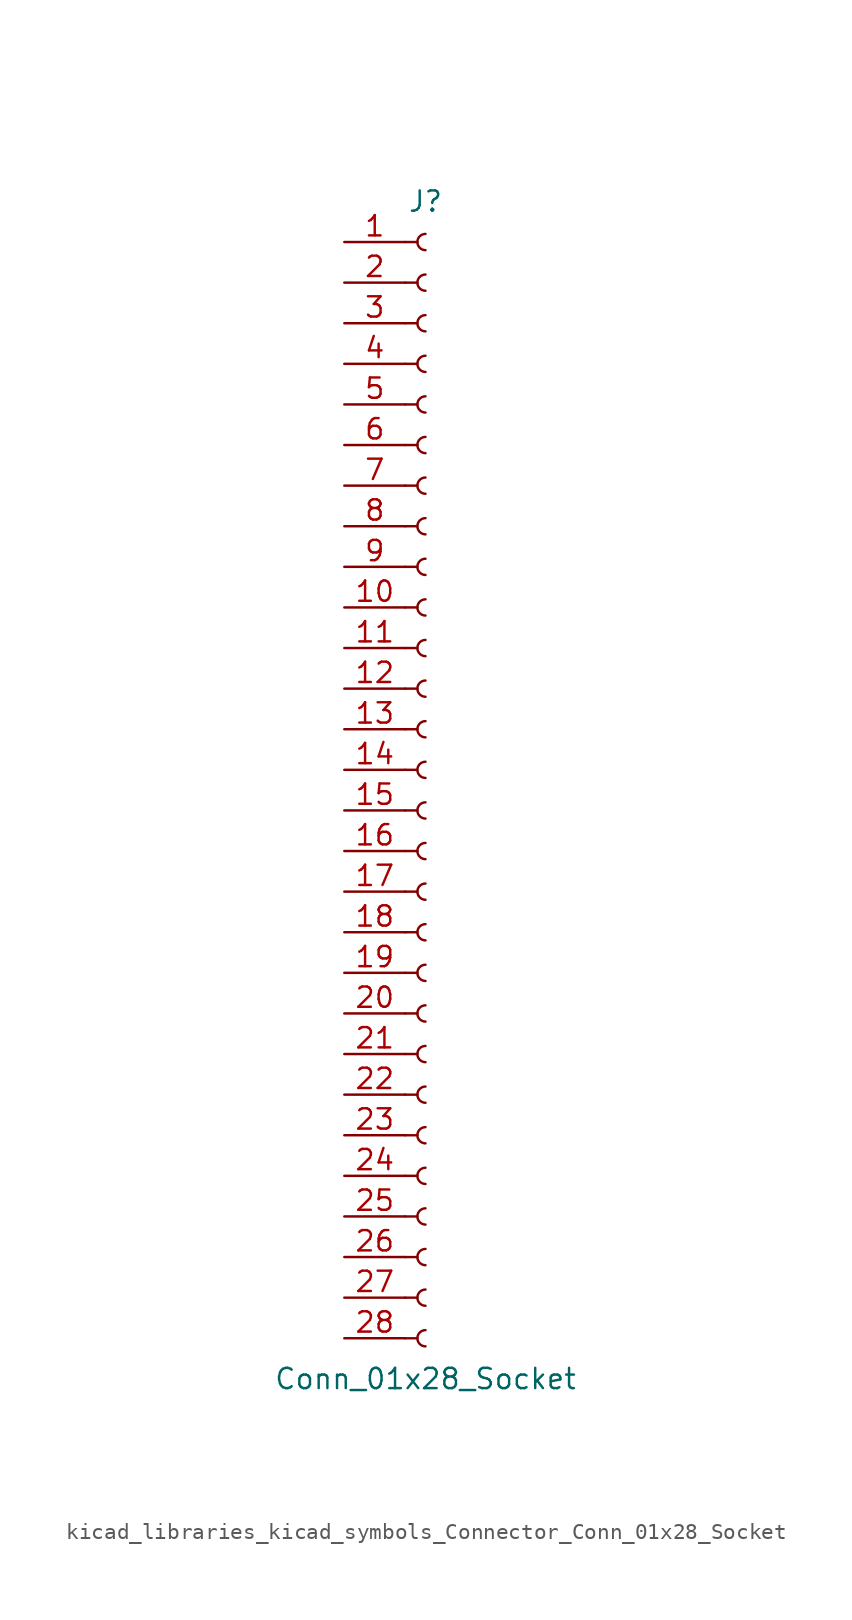
<source format=kicad_sym>
(kicad_symbol_lib
  (version 20220914)
  (generator kicad_symbol_editor)
  (symbol "kicad_libraries_kicad_symbols_Connector_Conn_01x28_Socket"
    (pin_names
      (offset 1.016) hide)
    (property "Reference" "J"
      (at 0 35.56 0)
      (effects (font (size 1.27 1.27))))
    (property "Value" "Conn_01x28_Socket"
      (at 0 -38.1 0)
      (effects (font (size 1.27 1.27))))
    (property "ki_locked" ""
      (at 0 0 0)
      (effects (font (size 1.27 1.27))))
    (symbol "kicad_libraries_kicad_symbols_Connector_Conn_01x28_Socket_1_1"
      (arc (start 0 -35.052) (mid -0.5058 -35.56) (end 0 -36.068) (stroke (width 0.1524) (type default)) (fill (type none)))
      (arc (start 0 -32.512) (mid -0.5058 -33.02) (end 0 -33.528) (stroke (width 0.1524) (type default)) (fill (type none)))
      (arc (start 0 -29.972) (mid -0.5058 -30.48) (end 0 -30.988) (stroke (width 0.1524) (type default)) (fill (type none)))
      (arc (start 0 -27.432) (mid -0.5058 -27.94) (end 0 -28.448) (stroke (width 0.1524) (type default)) (fill (type none)))
      (arc (start 0 -24.892) (mid -0.5058 -25.4) (end 0 -25.908) (stroke (width 0.1524) (type default)) (fill (type none)))
      (arc (start 0 -22.352) (mid -0.5058 -22.86) (end 0 -23.368) (stroke (width 0.1524) (type default)) (fill (type none)))
      (arc (start 0 -19.812) (mid -0.5058 -20.32) (end 0 -20.828) (stroke (width 0.1524) (type default)) (fill (type none)))
      (arc (start 0 -17.272) (mid -0.5058 -17.78) (end 0 -18.288) (stroke (width 0.1524) (type default)) (fill (type none)))
      (arc (start 0 -14.732) (mid -0.5058 -15.24) (end 0 -15.748) (stroke (width 0.1524) (type default)) (fill (type none)))
      (arc (start 0 -12.192) (mid -0.5058 -12.7) (end 0 -13.208) (stroke (width 0.1524) (type default)) (fill (type none)))
      (arc (start 0 -9.652) (mid -0.5058 -10.16) (end 0 -10.668) (stroke (width 0.1524) (type default)) (fill (type none)))
      (arc (start 0 -7.112) (mid -0.5058 -7.62) (end 0 -8.128) (stroke (width 0.1524) (type default)) (fill (type none)))
      (arc (start 0 -4.572) (mid -0.5058 -5.08) (end 0 -5.588) (stroke (width 0.1524) (type default)) (fill (type none)))
      (arc (start 0 -2.032) (mid -0.5058 -2.54) (end 0 -3.048) (stroke (width 0.1524) (type default)) (fill (type none)))
      (polyline (pts (xy -1.27 -35.56) (xy -0.508 -35.56)) (stroke (width 0.152) (type default)) (fill (type none)))
      (polyline (pts (xy -1.27 -33.02) (xy -0.508 -33.02)) (stroke (width 0.152) (type default)) (fill (type none)))
      (polyline (pts (xy -1.27 -30.48) (xy -0.508 -30.48)) (stroke (width 0.152) (type default)) (fill (type none)))
      (polyline (pts (xy -1.27 -27.94) (xy -0.508 -27.94)) (stroke (width 0.152) (type default)) (fill (type none)))
      (polyline (pts (xy -1.27 -25.4) (xy -0.508 -25.4)) (stroke (width 0.152) (type default)) (fill (type none)))
      (polyline (pts (xy -1.27 -22.86) (xy -0.508 -22.86)) (stroke (width 0.152) (type default)) (fill (type none)))
      (polyline (pts (xy -1.27 -20.32) (xy -0.508 -20.32)) (stroke (width 0.152) (type default)) (fill (type none)))
      (polyline (pts (xy -1.27 -17.78) (xy -0.508 -17.78)) (stroke (width 0.152) (type default)) (fill (type none)))
      (polyline (pts (xy -1.27 -15.24) (xy -0.508 -15.24)) (stroke (width 0.152) (type default)) (fill (type none)))
      (polyline (pts (xy -1.27 -12.7) (xy -0.508 -12.7)) (stroke (width 0.152) (type default)) (fill (type none)))
      (polyline (pts (xy -1.27 -10.16) (xy -0.508 -10.16)) (stroke (width 0.152) (type default)) (fill (type none)))
      (polyline (pts (xy -1.27 -7.62) (xy -0.508 -7.62)) (stroke (width 0.152) (type default)) (fill (type none)))
      (polyline (pts (xy -1.27 -5.08) (xy -0.508 -5.08)) (stroke (width 0.152) (type default)) (fill (type none)))
      (polyline (pts (xy -1.27 -2.54) (xy -0.508 -2.54)) (stroke (width 0.152) (type default)) (fill (type none)))
      (polyline (pts (xy -1.27 0) (xy -0.508 0)) (stroke (width 0.152) (type default)) (fill (type none)))
      (polyline (pts (xy -1.27 2.54) (xy -0.508 2.54)) (stroke (width 0.152) (type default)) (fill (type none)))
      (polyline (pts (xy -1.27 5.08) (xy -0.508 5.08)) (stroke (width 0.152) (type default)) (fill (type none)))
      (polyline (pts (xy -1.27 7.62) (xy -0.508 7.62)) (stroke (width 0.152) (type default)) (fill (type none)))
      (polyline (pts (xy -1.27 10.16) (xy -0.508 10.16)) (stroke (width 0.152) (type default)) (fill (type none)))
      (polyline (pts (xy -1.27 12.7) (xy -0.508 12.7)) (stroke (width 0.152) (type default)) (fill (type none)))
      (polyline (pts (xy -1.27 15.24) (xy -0.508 15.24)) (stroke (width 0.152) (type default)) (fill (type none)))
      (polyline (pts (xy -1.27 17.78) (xy -0.508 17.78)) (stroke (width 0.152) (type default)) (fill (type none)))
      (polyline (pts (xy -1.27 20.32) (xy -0.508 20.32)) (stroke (width 0.152) (type default)) (fill (type none)))
      (polyline (pts (xy -1.27 22.86) (xy -0.508 22.86)) (stroke (width 0.152) (type default)) (fill (type none)))
      (polyline (pts (xy -1.27 25.4) (xy -0.508 25.4)) (stroke (width 0.152) (type default)) (fill (type none)))
      (polyline (pts (xy -1.27 27.94) (xy -0.508 27.94)) (stroke (width 0.152) (type default)) (fill (type none)))
      (polyline (pts (xy -1.27 30.48) (xy -0.508 30.48)) (stroke (width 0.152) (type default)) (fill (type none)))
      (polyline (pts (xy -1.27 33.02) (xy -0.508 33.02)) (stroke (width 0.152) (type default)) (fill (type none)))
      (arc (start 0 0.508) (mid -0.5058 0) (end 0 -0.508) (stroke (width 0.1524) (type default)) (fill (type none)))
      (arc (start 0 3.048) (mid -0.5058 2.54) (end 0 2.032) (stroke (width 0.1524) (type default)) (fill (type none)))
      (arc (start 0 5.588) (mid -0.5058 5.08) (end 0 4.572) (stroke (width 0.1524) (type default)) (fill (type none)))
      (arc (start 0 8.128) (mid -0.5058 7.62) (end 0 7.112) (stroke (width 0.1524) (type default)) (fill (type none)))
      (arc (start 0 10.668) (mid -0.5058 10.16) (end 0 9.652) (stroke (width 0.1524) (type default)) (fill (type none)))
      (arc (start 0 13.208) (mid -0.5058 12.7) (end 0 12.192) (stroke (width 0.1524) (type default)) (fill (type none)))
      (arc (start 0 15.748) (mid -0.5058 15.24) (end 0 14.732) (stroke (width 0.1524) (type default)) (fill (type none)))
      (arc (start 0 18.288) (mid -0.5058 17.78) (end 0 17.272) (stroke (width 0.1524) (type default)) (fill (type none)))
      (arc (start 0 20.828) (mid -0.5058 20.32) (end 0 19.812) (stroke (width 0.1524) (type default)) (fill (type none)))
      (arc (start 0 23.368) (mid -0.5058 22.86) (end 0 22.352) (stroke (width 0.1524) (type default)) (fill (type none)))
      (arc (start 0 25.908) (mid -0.5058 25.4) (end 0 24.892) (stroke (width 0.1524) (type default)) (fill (type none)))
      (arc (start 0 28.448) (mid -0.5058 27.94) (end 0 27.432) (stroke (width 0.1524) (type default)) (fill (type none)))
      (arc (start 0 30.988) (mid -0.5058 30.48) (end 0 29.972) (stroke (width 0.1524) (type default)) (fill (type none)))
      (arc (start 0 33.528) (mid -0.5058 33.02) (end 0 32.512) (stroke (width 0.1524) (type default)) (fill (type none)))
      (pin passive line (at -5.08 33.02 0) (length 3.81) (name "Pin_1" (effects (font (size 1.27 1.27)))) (number "1" (effects (font (size 1.27 1.27)))))
      (pin passive line (at -5.08 10.16 0) (length 3.81) (name "Pin_10" (effects (font (size 1.27 1.27)))) (number "10" (effects (font (size 1.27 1.27)))))
      (pin passive line (at -5.08 7.62 0) (length 3.81) (name "Pin_11" (effects (font (size 1.27 1.27)))) (number "11" (effects (font (size 1.27 1.27)))))
      (pin passive line (at -5.08 5.08 0) (length 3.81) (name "Pin_12" (effects (font (size 1.27 1.27)))) (number "12" (effects (font (size 1.27 1.27)))))
      (pin passive line (at -5.08 2.54 0) (length 3.81) (name "Pin_13" (effects (font (size 1.27 1.27)))) (number "13" (effects (font (size 1.27 1.27)))))
      (pin passive line (at -5.08 0 0) (length 3.81) (name "Pin_14" (effects (font (size 1.27 1.27)))) (number "14" (effects (font (size 1.27 1.27)))))
      (pin passive line (at -5.08 -2.54 0) (length 3.81) (name "Pin_15" (effects (font (size 1.27 1.27)))) (number "15" (effects (font (size 1.27 1.27)))))
      (pin passive line (at -5.08 -5.08 0) (length 3.81) (name "Pin_16" (effects (font (size 1.27 1.27)))) (number "16" (effects (font (size 1.27 1.27)))))
      (pin passive line (at -5.08 -7.62 0) (length 3.81) (name "Pin_17" (effects (font (size 1.27 1.27)))) (number "17" (effects (font (size 1.27 1.27)))))
      (pin passive line (at -5.08 -10.16 0) (length 3.81) (name "Pin_18" (effects (font (size 1.27 1.27)))) (number "18" (effects (font (size 1.27 1.27)))))
      (pin passive line (at -5.08 -12.7 0) (length 3.81) (name "Pin_19" (effects (font (size 1.27 1.27)))) (number "19" (effects (font (size 1.27 1.27)))))
      (pin passive line (at -5.08 30.48 0) (length 3.81) (name "Pin_2" (effects (font (size 1.27 1.27)))) (number "2" (effects (font (size 1.27 1.27)))))
      (pin passive line (at -5.08 -15.24 0) (length 3.81) (name "Pin_20" (effects (font (size 1.27 1.27)))) (number "20" (effects (font (size 1.27 1.27)))))
      (pin passive line (at -5.08 -17.78 0) (length 3.81) (name "Pin_21" (effects (font (size 1.27 1.27)))) (number "21" (effects (font (size 1.27 1.27)))))
      (pin passive line (at -5.08 -20.32 0) (length 3.81) (name "Pin_22" (effects (font (size 1.27 1.27)))) (number "22" (effects (font (size 1.27 1.27)))))
      (pin passive line (at -5.08 -22.86 0) (length 3.81) (name "Pin_23" (effects (font (size 1.27 1.27)))) (number "23" (effects (font (size 1.27 1.27)))))
      (pin passive line (at -5.08 -25.4 0) (length 3.81) (name "Pin_24" (effects (font (size 1.27 1.27)))) (number "24" (effects (font (size 1.27 1.27)))))
      (pin passive line (at -5.08 -27.94 0) (length 3.81) (name "Pin_25" (effects (font (size 1.27 1.27)))) (number "25" (effects (font (size 1.27 1.27)))))
      (pin passive line (at -5.08 -30.48 0) (length 3.81) (name "Pin_26" (effects (font (size 1.27 1.27)))) (number "26" (effects (font (size 1.27 1.27)))))
      (pin passive line (at -5.08 -33.02 0) (length 3.81) (name "Pin_27" (effects (font (size 1.27 1.27)))) (number "27" (effects (font (size 1.27 1.27)))))
      (pin passive line (at -5.08 -35.56 0) (length 3.81) (name "Pin_28" (effects (font (size 1.27 1.27)))) (number "28" (effects (font (size 1.27 1.27)))))
      (pin passive line (at -5.08 27.94 0) (length 3.81) (name "Pin_3" (effects (font (size 1.27 1.27)))) (number "3" (effects (font (size 1.27 1.27)))))
      (pin passive line (at -5.08 25.4 0) (length 3.81) (name "Pin_4" (effects (font (size 1.27 1.27)))) (number "4" (effects (font (size 1.27 1.27)))))
      (pin passive line (at -5.08 22.86 0) (length 3.81) (name "Pin_5" (effects (font (size 1.27 1.27)))) (number "5" (effects (font (size 1.27 1.27)))))
      (pin passive line (at -5.08 20.32 0) (length 3.81) (name "Pin_6" (effects (font (size 1.27 1.27)))) (number "6" (effects (font (size 1.27 1.27)))))
      (pin passive line (at -5.08 17.78 0) (length 3.81) (name "Pin_7" (effects (font (size 1.27 1.27)))) (number "7" (effects (font (size 1.27 1.27)))))
      (pin passive line (at -5.08 15.24 0) (length 3.81) (name "Pin_8" (effects (font (size 1.27 1.27)))) (number "8" (effects (font (size 1.27 1.27)))))
      (pin passive line (at -5.08 12.7 0) (length 3.81) (name "Pin_9" (effects (font (size 1.27 1.27)))) (number "9" (effects (font (size 1.27 1.27))))))))
</source>
